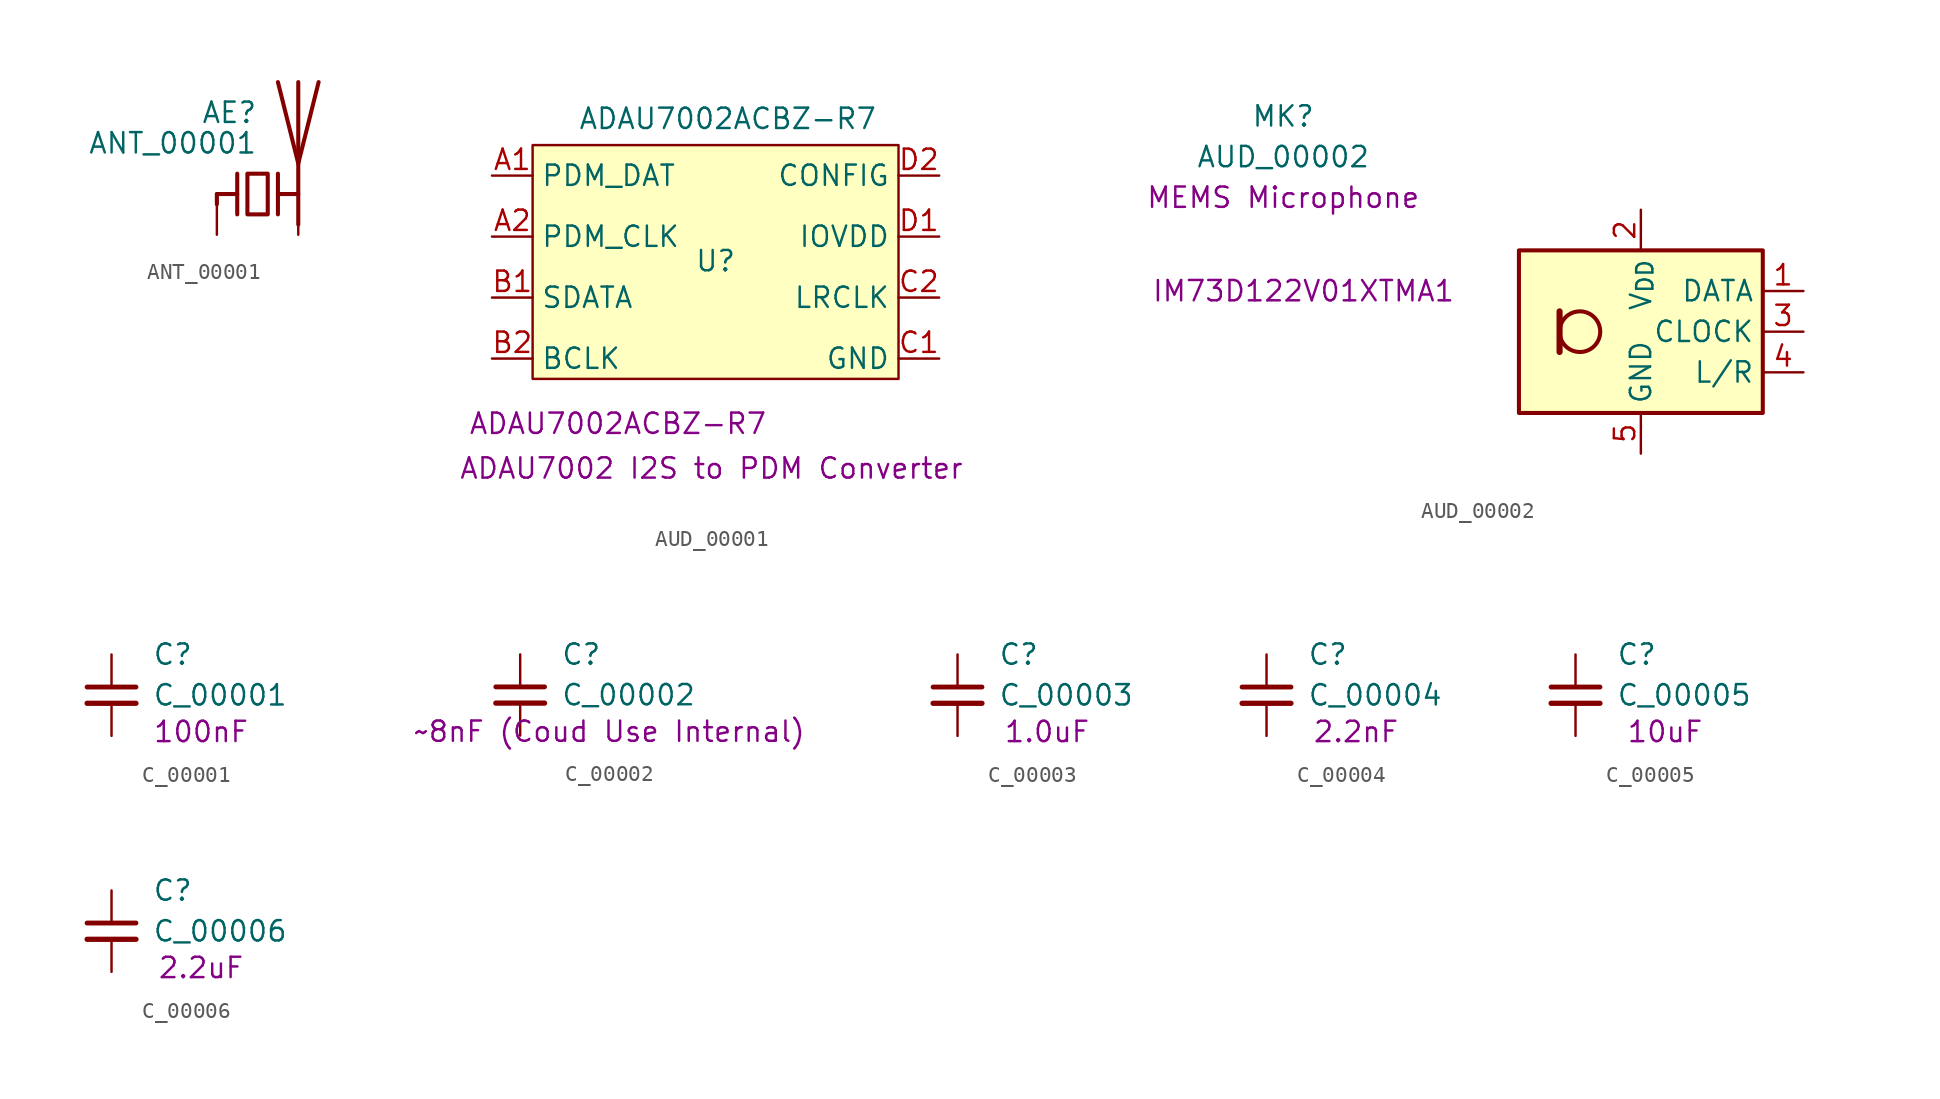
<source format=kicad_sym>
(kicad_symbol_lib
  (version 20231120)
  (generator "kicad_symbol_editor")
  (generator_version "8.0")
  (symbol "ANT_00001"
    (pin_numbers hide)
    (pin_names
      (offset 1.016) hide)
    (property "Reference" "AE"
      (at 0 5.08 0)
      (effects (font (size 1.27 1.27)) (justify right)))
    (property "Value" "ANT_00001"
      (at 0 3.175 0)
      (effects (font (size 1.27 1.27)) (justify right)))
    (symbol "ANT_00001_0_1"
      (polyline (pts (xy -2.54 0) (xy -2.54 -0.635)) (stroke (width 0.254) (type default)) (fill (type none)))
      (polyline (pts (xy -2.54 0) (xy -1.27 0)) (stroke (width 0.254) (type default)) (fill (type none)))
      (polyline (pts (xy 1.27 0) (xy 2.54 0)) (stroke (width 0.254) (type default)) (fill (type none)))
      (polyline (pts (xy 1.27 1.27) (xy 1.27 -1.27)) (stroke (width 0.254) (type default)) (fill (type none)))
      (polyline (pts (xy 2.54 -0.635) (xy 2.54 0)) (stroke (width 0) (type default)) (fill (type none)))
      (polyline (pts (xy 2.54 6.985) (xy 2.54 -1.905)) (stroke (width 0.254) (type default)) (fill (type none)))
      (polyline (pts (xy -1.27 1.27) (xy -1.27 -1.27) (xy -1.27 0)) (stroke (width 0.254) (type default)) (fill (type none)))
      (polyline (pts (xy 3.81 6.985) (xy 2.54 1.905) (xy 1.27 6.985)) (stroke (width 0.254) (type default)) (fill (type none)))
      (polyline (pts (xy -0.635 1.27) (xy 0.635 1.27) (xy 0.635 -1.27) (xy -0.635 -1.27) (xy -0.635 1.27)) (stroke (width 0.254) (type default)) (fill (type none))))
    (symbol "ANT_00001_1_1"
      (pin input line (at -2.54 -2.54 90) (length 2.54) (name "FEED" (effects (font (size 1.27 1.27)))) (number "1" (effects (font (size 1.27 1.27)))))
      (pin passive line (at 2.54 -2.54 90) (length 2.54) (name "PCB_Trace" (effects (font (size 1.27 1.27)))) (number "2" (effects (font (size 1.27 1.27)))))))
  (symbol "AUD_00001"
    (property "Reference" "U"
      (at 0 -0.254 0)
      (effects (font (size 1.27 1.27))))
    (property "Value" "ADAU7002ACBZ-R7"
      (at 0.762 8.636 0)
      (effects (font (size 1.27 1.27))))
    (property "Desc" "ADAU7002 I2S to PDM Converter"
      (at -0.254 -13.208 0)
      (effects (font (size 1.27 1.27))))
    (property "MPNs" "ADAU7002ACBZ-R7"
      (at -6.096 -10.414 0)
      (effects (font (size 1.27 1.27))))
    (symbol "AUD_00001_1_1"
      (rectangle (start -11.43 6.985) (end 11.43 -7.62) (stroke (width 0) (type default)) (fill (type background)))
      (pin input line (at -13.97 5.08 0) (length 2.54) (name "PDM_DAT" (effects (font (size 1.27 1.27)))) (number "A1" (effects (font (size 1.27 1.27)))))
      (pin output line (at -13.97 1.27 0) (length 2.54) (name "PDM_CLK" (effects (font (size 1.27 1.27)))) (number "A2" (effects (font (size 1.27 1.27)))))
      (pin output line (at -13.97 -2.54 0) (length 2.54) (name "SDATA" (effects (font (size 1.27 1.27)))) (number "B1" (effects (font (size 1.27 1.27)))))
      (pin input line (at -13.97 -6.35 0) (length 2.54) (name "BCLK" (effects (font (size 1.27 1.27)))) (number "B2" (effects (font (size 1.27 1.27)))))
      (pin power_in line (at 13.97 -6.35 180) (length 2.54) (name "GND" (effects (font (size 1.27 1.27)))) (number "C1" (effects (font (size 1.27 1.27)))))
      (pin input line (at 13.97 -2.54 180) (length 2.54) (name "LRCLK" (effects (font (size 1.27 1.27)))) (number "C2" (effects (font (size 1.27 1.27)))))
      (pin power_in line (at 13.97 1.27 180) (length 2.54) (name "IOVDD" (effects (font (size 1.27 1.27)))) (number "D1" (effects (font (size 1.27 1.27)))))
      (pin input line (at 13.97 5.08 180) (length 2.54) (name "CONFIG" (effects (font (size 1.27 1.27)))) (number "D2" (effects (font (size 1.27 1.27)))))))
  (symbol "AUD_00002"
    (property "Reference" "MK"
      (at -22.352 13.462 0)
      (effects (font (size 1.27 1.27))))
    (property "Value" "AUD_00002"
      (at -22.352 10.922 0)
      (effects (font (size 1.27 1.27))))
    (property "Desc" "MEMS Microphone"
      (at -22.352 8.382 0)
      (effects (font (size 1.27 1.27))))
    (property "MPNs" "IM73D122V01XTMA1"
      (at -21.082 2.54 0)
      (effects (font (size 1.27 1.27))))
    (symbol "AUD_00002_1_1"
      (rectangle (start -7.62 5.08) (end 7.62 -5.08) (stroke (width 0.254) (type default)) (fill (type background)))
      (circle (center -3.81 0) (radius 1.27) (stroke (width 0.254) (type default)) (fill (type none)))
      (polyline (pts (xy -5.08 1.27) (xy -5.08 -1.27)) (stroke (width 0.381) (type default)) (fill (type none)))
      (pin output line (at 10.16 2.54 180) (length 2.54) (name "DATA" (effects (font (size 1.27 1.27)))) (number "1" (effects (font (size 1.27 1.27)))))
      (pin power_in line (at 0 7.62 270) (length 2.54) (name "V_{DD}" (effects (font (size 1.27 1.27)))) (number "2" (effects (font (size 1.27 1.27)))))
      (pin input line (at 10.16 0 180) (length 2.54) (name "CLOCK" (effects (font (size 1.27 1.27)))) (number "3" (effects (font (size 1.27 1.27)))))
      (pin input line (at 10.16 -2.54 180) (length 2.54) (name "L/R" (effects (font (size 1.27 1.27)))) (number "4" (effects (font (size 1.27 1.27)))))
      (pin power_in line (at 0 -7.62 90) (length 2.54) (name "GND" (effects (font (size 1.27 1.27)))) (number "5" (effects (font (size 1.27 1.27)))))))
  (symbol "C_00001"
    (pin_numbers hide)
    (pin_names
      (offset 0.254))
    (property "Reference" "C"
      (at 2.54 2.54 0)
      (do_not_autoplace)
      (effects (font (size 1.27 1.27)) (justify left)))
    (property "Value" "C_00001"
      (at 2.54 0 0)
      (do_not_autoplace)
      (effects (font (size 1.27 1.27)) (justify left)))
    (property "Description" "100nF"
      (at 5.588 -2.286 0)
      (do_not_autoplace)
      (effects (font (size 1.27 1.27))))
    (property "Desc" ""
      (at 2.54 -2.54 0)
      (do_not_autoplace)
      (effects (font (size 1.27 1.27)) (justify left)))
    (symbol "C_00001_0_1"
      (polyline (pts (xy -1.524 -0.508) (xy 1.524 -0.508)) (stroke (width 0.33) (type default)) (fill (type none)))
      (polyline (pts (xy -1.524 0.508) (xy 1.524 0.508)) (stroke (width 0.305) (type default)) (fill (type none))))
    (symbol "C_00001_1_1"
      (pin passive line (at 0 2.54 270) (length 2.032) (name "~" (effects (font (size 1.27 1.27)))) (number "1" (effects (font (size 1.27 1.27)))))
      (pin passive line (at 0 -2.54 90) (length 2.032) (name "~" (effects (font (size 1.27 1.27)))) (number "2" (effects (font (size 1.27 1.27)))))))
  (symbol "C_00002"
    (pin_numbers hide)
    (pin_names
      (offset 0.254))
    (property "Reference" "C"
      (at 2.54 2.54 0)
      (do_not_autoplace)
      (effects (font (size 1.27 1.27)) (justify left)))
    (property "Value" "C_00002"
      (at 2.54 0 0)
      (do_not_autoplace)
      (effects (font (size 1.27 1.27)) (justify left)))
    (property "Description" "~8nF (Coud Use Internal)"
      (at 5.588 -2.286 0)
      (do_not_autoplace)
      (effects (font (size 1.27 1.27))))
    (property "Desc" ""
      (at 2.54 -2.54 0)
      (do_not_autoplace)
      (effects (font (size 1.27 1.27)) (justify left)))
    (symbol "C_00002_0_1"
      (polyline (pts (xy -1.524 -0.508) (xy 1.524 -0.508)) (stroke (width 0.33) (type default)) (fill (type none)))
      (polyline (pts (xy -1.524 0.508) (xy 1.524 0.508)) (stroke (width 0.305) (type default)) (fill (type none))))
    (symbol "C_00002_1_1"
      (pin passive line (at 0 2.54 270) (length 2.032) (name "~" (effects (font (size 1.27 1.27)))) (number "1" (effects (font (size 1.27 1.27)))))
      (pin passive line (at 0 -2.54 90) (length 2.032) (name "~" (effects (font (size 1.27 1.27)))) (number "2" (effects (font (size 1.27 1.27)))))))
  (symbol "C_00003"
    (pin_numbers hide)
    (pin_names
      (offset 0.254))
    (property "Reference" "C"
      (at 2.54 2.54 0)
      (do_not_autoplace)
      (effects (font (size 1.27 1.27)) (justify left)))
    (property "Value" "C_00003"
      (at 2.54 0 0)
      (do_not_autoplace)
      (effects (font (size 1.27 1.27)) (justify left)))
    (property "Description" "1.0uF"
      (at 5.588 -2.286 0)
      (do_not_autoplace)
      (effects (font (size 1.27 1.27))))
    (property "Desc" ""
      (at 2.54 -2.54 0)
      (do_not_autoplace)
      (effects (font (size 1.27 1.27)) (justify left)))
    (symbol "C_00003_0_1"
      (polyline (pts (xy -1.524 -0.508) (xy 1.524 -0.508)) (stroke (width 0.33) (type default)) (fill (type none)))
      (polyline (pts (xy -1.524 0.508) (xy 1.524 0.508)) (stroke (width 0.305) (type default)) (fill (type none))))
    (symbol "C_00003_1_1"
      (pin passive line (at 0 2.54 270) (length 2.032) (name "~" (effects (font (size 1.27 1.27)))) (number "1" (effects (font (size 1.27 1.27)))))
      (pin passive line (at 0 -2.54 90) (length 2.032) (name "~" (effects (font (size 1.27 1.27)))) (number "2" (effects (font (size 1.27 1.27)))))))
  (symbol "C_00004"
    (pin_numbers hide)
    (pin_names
      (offset 0.254))
    (property "Reference" "C"
      (at 2.54 2.54 0)
      (do_not_autoplace)
      (effects (font (size 1.27 1.27)) (justify left)))
    (property "Value" "C_00004"
      (at 2.54 0 0)
      (do_not_autoplace)
      (effects (font (size 1.27 1.27)) (justify left)))
    (property "Description" "2.2nF"
      (at 5.588 -2.286 0)
      (do_not_autoplace)
      (effects (font (size 1.27 1.27))))
    (property "Desc" ""
      (at 2.54 -2.54 0)
      (do_not_autoplace)
      (effects (font (size 1.27 1.27)) (justify left)))
    (symbol "C_00004_0_1"
      (polyline (pts (xy -1.524 -0.508) (xy 1.524 -0.508)) (stroke (width 0.33) (type default)) (fill (type none)))
      (polyline (pts (xy -1.524 0.508) (xy 1.524 0.508)) (stroke (width 0.305) (type default)) (fill (type none))))
    (symbol "C_00004_1_1"
      (pin passive line (at 0 2.54 270) (length 2.032) (name "~" (effects (font (size 1.27 1.27)))) (number "1" (effects (font (size 1.27 1.27)))))
      (pin passive line (at 0 -2.54 90) (length 2.032) (name "~" (effects (font (size 1.27 1.27)))) (number "2" (effects (font (size 1.27 1.27)))))))
  (symbol "C_00005"
    (pin_numbers hide)
    (pin_names
      (offset 0.254))
    (property "Reference" "C"
      (at 2.54 2.54 0)
      (do_not_autoplace)
      (effects (font (size 1.27 1.27)) (justify left)))
    (property "Value" "C_00005"
      (at 2.54 0 0)
      (do_not_autoplace)
      (effects (font (size 1.27 1.27)) (justify left)))
    (property "Description" "10uF"
      (at 5.588 -2.286 0)
      (do_not_autoplace)
      (effects (font (size 1.27 1.27))))
    (property "Desc" ""
      (at 2.54 -2.54 0)
      (do_not_autoplace)
      (effects (font (size 1.27 1.27)) (justify left)))
    (symbol "C_00005_0_1"
      (polyline (pts (xy -1.524 -0.508) (xy 1.524 -0.508)) (stroke (width 0.33) (type default)) (fill (type none)))
      (polyline (pts (xy -1.524 0.508) (xy 1.524 0.508)) (stroke (width 0.305) (type default)) (fill (type none))))
    (symbol "C_00005_1_1"
      (pin passive line (at 0 2.54 270) (length 2.032) (name "~" (effects (font (size 1.27 1.27)))) (number "1" (effects (font (size 1.27 1.27)))))
      (pin passive line (at 0 -2.54 90) (length 2.032) (name "~" (effects (font (size 1.27 1.27)))) (number "2" (effects (font (size 1.27 1.27)))))))
  (symbol "C_00006"
    (pin_numbers hide)
    (pin_names
      (offset 0.254))
    (property "Reference" "C"
      (at 2.54 2.54 0)
      (do_not_autoplace)
      (effects (font (size 1.27 1.27)) (justify left)))
    (property "Value" "C_00006"
      (at 2.54 0 0)
      (do_not_autoplace)
      (effects (font (size 1.27 1.27)) (justify left)))
    (property "Description" "2.2uF"
      (at 5.588 -2.286 0)
      (do_not_autoplace)
      (effects (font (size 1.27 1.27))))
    (property "Desc" ""
      (at 2.54 -2.54 0)
      (do_not_autoplace)
      (effects (font (size 1.27 1.27)) (justify left)))
    (symbol "C_00006_0_1"
      (polyline (pts (xy -1.524 -0.508) (xy 1.524 -0.508)) (stroke (width 0.33) (type default)) (fill (type none)))
      (polyline (pts (xy -1.524 0.508) (xy 1.524 0.508)) (stroke (width 0.305) (type default)) (fill (type none))))
    (symbol "C_00006_1_1"
      (pin passive line (at 0 2.54 270) (length 2.032) (name "~" (effects (font (size 1.27 1.27)))) (number "1" (effects (font (size 1.27 1.27)))))
      (pin passive line (at 0 -2.54 90) (length 2.032) (name "~" (effects (font (size 1.27 1.27)))) (number "2" (effects (font (size 1.27 1.27))))))))
</source>
